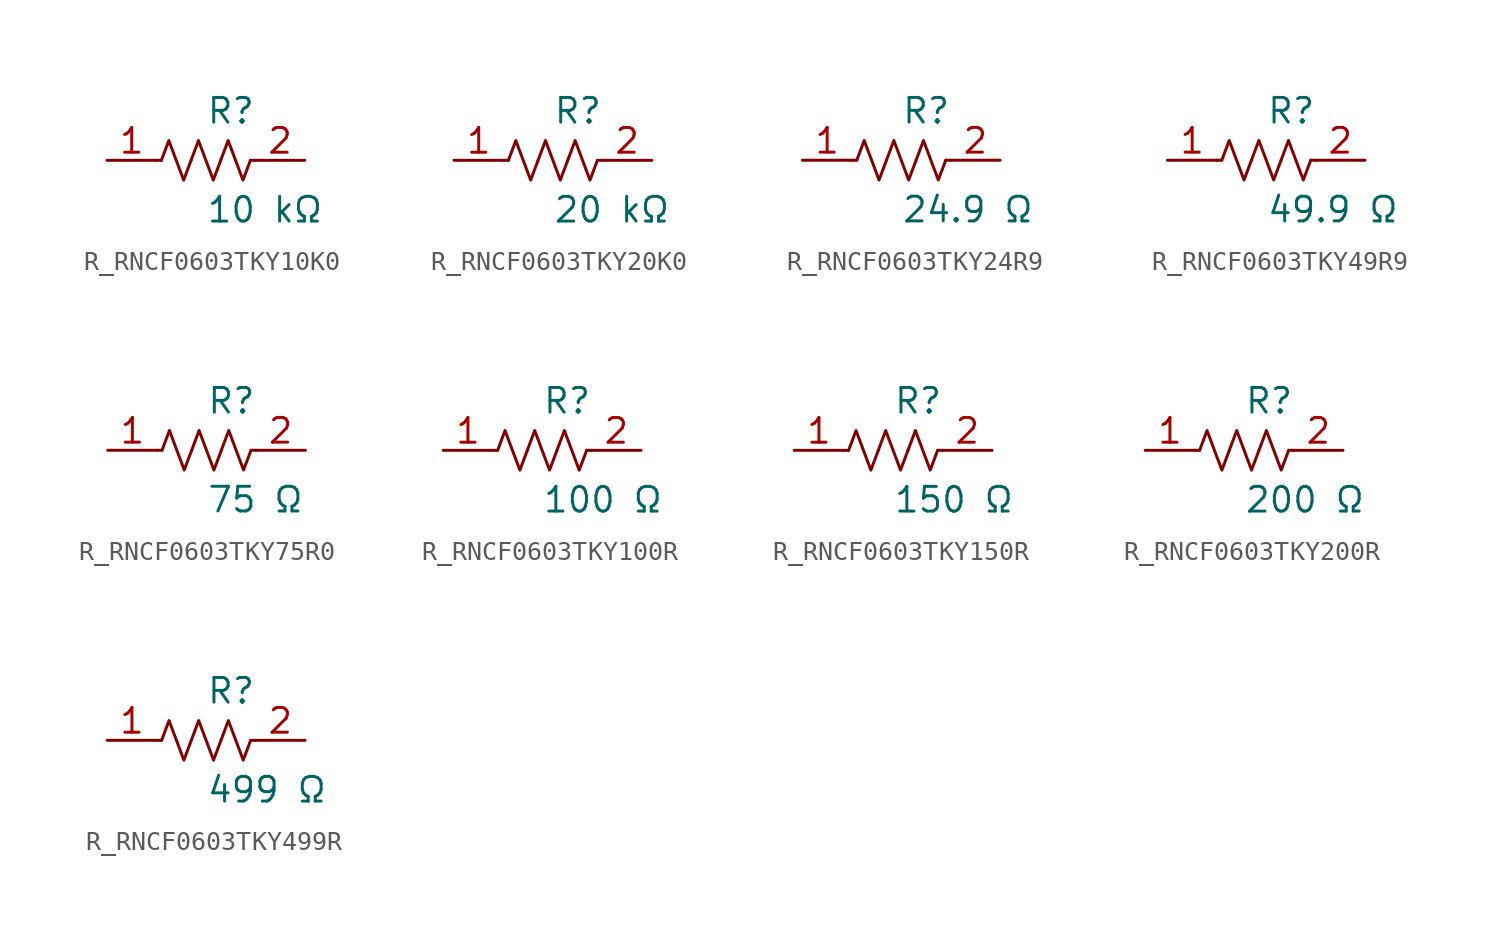
<source format=kicad_sym>
(kicad_symbol_lib
  (version 20231120)
  (generator kicad_symbol_editor)
  (generator_version 8.0)
  (symbol "R_RNCF0603TKY10K0"
    (pin_names
      (offset 0.254))
    (property "Reference" "R"
      (at 0 2.54 0)
      (effects (font (size 1.27 1.27)) (justify left)))
    (property "Value" "10 kΩ"
      (at 0 -2.54 0)
      (effects (font (size 1.27 1.27)) (justify left)))
    (symbol "R_RNCF0603TKY10K0_0_1"
      (polyline (pts (xy 2.286 0) (xy 2.54 0)) (stroke (width 0) (type default)) (fill (type none)))
      (polyline (pts (xy -2.286 0) (xy -2.54 0)) (stroke (width 0) (type default)) (fill (type none)))
      (polyline (pts (xy 0.762 0) (xy 1.143 1.016) (xy 1.524 0) (xy 1.905 -1.016) (xy 2.286 0)) (stroke (width 0) (type default)) (fill (type none)))
      (polyline (pts (xy -0.762 0) (xy -0.381 1.016) (xy 0 0) (xy 0.381 -1.016) (xy 0.762 0)) (stroke (width 0) (type default)) (fill (type none)))
      (polyline (pts (xy -2.286 0) (xy -1.905 1.016) (xy -1.524 0) (xy -1.143 -1.016) (xy -0.762 0)) (stroke (width 0) (type default)) (fill (type none))))
    (pin passive line
      (at -5.08 0 0)
      (length 2.54)
      (name "" (effects (font (size 1.27 1.27))))
      (number "1" (effects (font (size 1.27 1.27)))))
    (pin passive line
      (at 5.08 0 180)
      (length 2.54)
      (name "" (effects (font (size 1.27 1.27))))
      (number "2" (effects (font (size 1.27 1.27))))))
  (symbol "R_RNCF0603TKY20K0"
    (pin_names
      (offset 0.254))
    (property "Reference" "R"
      (at 0 2.54 0)
      (effects (font (size 1.27 1.27)) (justify left)))
    (property "Value" "20 kΩ"
      (at 0 -2.54 0)
      (effects (font (size 1.27 1.27)) (justify left)))
    (symbol "R_RNCF0603TKY20K0_0_1"
      (polyline (pts (xy 2.286 0) (xy 2.54 0)) (stroke (width 0) (type default)) (fill (type none)))
      (polyline (pts (xy -2.286 0) (xy -2.54 0)) (stroke (width 0) (type default)) (fill (type none)))
      (polyline (pts (xy 0.762 0) (xy 1.143 1.016) (xy 1.524 0) (xy 1.905 -1.016) (xy 2.286 0)) (stroke (width 0) (type default)) (fill (type none)))
      (polyline (pts (xy -0.762 0) (xy -0.381 1.016) (xy 0 0) (xy 0.381 -1.016) (xy 0.762 0)) (stroke (width 0) (type default)) (fill (type none)))
      (polyline (pts (xy -2.286 0) (xy -1.905 1.016) (xy -1.524 0) (xy -1.143 -1.016) (xy -0.762 0)) (stroke (width 0) (type default)) (fill (type none))))
    (pin passive line
      (at -5.08 0 0)
      (length 2.54)
      (name "" (effects (font (size 1.27 1.27))))
      (number "1" (effects (font (size 1.27 1.27)))))
    (pin passive line
      (at 5.08 0 180)
      (length 2.54)
      (name "" (effects (font (size 1.27 1.27))))
      (number "2" (effects (font (size 1.27 1.27))))))
  (symbol "R_RNCF0603TKY24R9"
    (pin_names
      (offset 0.254))
    (property "Reference" "R"
      (at 0 2.54 0)
      (effects (font (size 1.27 1.27)) (justify left)))
    (property "Value" "24.9 Ω"
      (at 0 -2.54 0)
      (effects (font (size 1.27 1.27)) (justify left)))
    (symbol "R_RNCF0603TKY24R9_0_1"
      (polyline (pts (xy 2.286 0) (xy 2.54 0)) (stroke (width 0) (type default)) (fill (type none)))
      (polyline (pts (xy -2.286 0) (xy -2.54 0)) (stroke (width 0) (type default)) (fill (type none)))
      (polyline (pts (xy 0.762 0) (xy 1.143 1.016) (xy 1.524 0) (xy 1.905 -1.016) (xy 2.286 0)) (stroke (width 0) (type default)) (fill (type none)))
      (polyline (pts (xy -0.762 0) (xy -0.381 1.016) (xy 0 0) (xy 0.381 -1.016) (xy 0.762 0)) (stroke (width 0) (type default)) (fill (type none)))
      (polyline (pts (xy -2.286 0) (xy -1.905 1.016) (xy -1.524 0) (xy -1.143 -1.016) (xy -0.762 0)) (stroke (width 0) (type default)) (fill (type none))))
    (pin passive line
      (at -5.08 0 0)
      (length 2.54)
      (name "" (effects (font (size 1.27 1.27))))
      (number "1" (effects (font (size 1.27 1.27)))))
    (pin passive line
      (at 5.08 0 180)
      (length 2.54)
      (name "" (effects (font (size 1.27 1.27))))
      (number "2" (effects (font (size 1.27 1.27))))))
  (symbol "R_RNCF0603TKY49R9"
    (pin_names
      (offset 0.254))
    (property "Reference" "R"
      (at 0 2.54 0)
      (effects (font (size 1.27 1.27)) (justify left)))
    (property "Value" "49.9 Ω"
      (at 0 -2.54 0)
      (effects (font (size 1.27 1.27)) (justify left)))
    (symbol "R_RNCF0603TKY49R9_0_1"
      (polyline (pts (xy 2.286 0) (xy 2.54 0)) (stroke (width 0) (type default)) (fill (type none)))
      (polyline (pts (xy -2.286 0) (xy -2.54 0)) (stroke (width 0) (type default)) (fill (type none)))
      (polyline (pts (xy 0.762 0) (xy 1.143 1.016) (xy 1.524 0) (xy 1.905 -1.016) (xy 2.286 0)) (stroke (width 0) (type default)) (fill (type none)))
      (polyline (pts (xy -0.762 0) (xy -0.381 1.016) (xy 0 0) (xy 0.381 -1.016) (xy 0.762 0)) (stroke (width 0) (type default)) (fill (type none)))
      (polyline (pts (xy -2.286 0) (xy -1.905 1.016) (xy -1.524 0) (xy -1.143 -1.016) (xy -0.762 0)) (stroke (width 0) (type default)) (fill (type none))))
    (pin passive line
      (at -5.08 0 0)
      (length 2.54)
      (name "" (effects (font (size 1.27 1.27))))
      (number "1" (effects (font (size 1.27 1.27)))))
    (pin passive line
      (at 5.08 0 180)
      (length 2.54)
      (name "" (effects (font (size 1.27 1.27))))
      (number "2" (effects (font (size 1.27 1.27))))))
  (symbol "R_RNCF0603TKY75R0"
    (pin_names
      (offset 0.254))
    (property "Reference" "R"
      (at 0 2.54 0)
      (effects (font (size 1.27 1.27)) (justify left)))
    (property "Value" "75 Ω"
      (at 0 -2.54 0)
      (effects (font (size 1.27 1.27)) (justify left)))
    (symbol "R_RNCF0603TKY75R0_0_1"
      (polyline (pts (xy 2.286 0) (xy 2.54 0)) (stroke (width 0) (type default)) (fill (type none)))
      (polyline (pts (xy -2.286 0) (xy -2.54 0)) (stroke (width 0) (type default)) (fill (type none)))
      (polyline (pts (xy 0.762 0) (xy 1.143 1.016) (xy 1.524 0) (xy 1.905 -1.016) (xy 2.286 0)) (stroke (width 0) (type default)) (fill (type none)))
      (polyline (pts (xy -0.762 0) (xy -0.381 1.016) (xy 0 0) (xy 0.381 -1.016) (xy 0.762 0)) (stroke (width 0) (type default)) (fill (type none)))
      (polyline (pts (xy -2.286 0) (xy -1.905 1.016) (xy -1.524 0) (xy -1.143 -1.016) (xy -0.762 0)) (stroke (width 0) (type default)) (fill (type none))))
    (pin passive line
      (at -5.08 0 0)
      (length 2.54)
      (name "" (effects (font (size 1.27 1.27))))
      (number "1" (effects (font (size 1.27 1.27)))))
    (pin passive line
      (at 5.08 0 180)
      (length 2.54)
      (name "" (effects (font (size 1.27 1.27))))
      (number "2" (effects (font (size 1.27 1.27))))))
  (symbol "R_RNCF0603TKY100R"
    (pin_names
      (offset 0.254))
    (property "Reference" "R"
      (at 0 2.54 0)
      (effects (font (size 1.27 1.27)) (justify left)))
    (property "Value" "100 Ω"
      (at 0 -2.54 0)
      (effects (font (size 1.27 1.27)) (justify left)))
    (symbol "R_RNCF0603TKY100R_0_1"
      (polyline (pts (xy 2.286 0) (xy 2.54 0)) (stroke (width 0) (type default)) (fill (type none)))
      (polyline (pts (xy -2.286 0) (xy -2.54 0)) (stroke (width 0) (type default)) (fill (type none)))
      (polyline (pts (xy 0.762 0) (xy 1.143 1.016) (xy 1.524 0) (xy 1.905 -1.016) (xy 2.286 0)) (stroke (width 0) (type default)) (fill (type none)))
      (polyline (pts (xy -0.762 0) (xy -0.381 1.016) (xy 0 0) (xy 0.381 -1.016) (xy 0.762 0)) (stroke (width 0) (type default)) (fill (type none)))
      (polyline (pts (xy -2.286 0) (xy -1.905 1.016) (xy -1.524 0) (xy -1.143 -1.016) (xy -0.762 0)) (stroke (width 0) (type default)) (fill (type none))))
    (pin passive line
      (at -5.08 0 0)
      (length 2.54)
      (name "" (effects (font (size 1.27 1.27))))
      (number "1" (effects (font (size 1.27 1.27)))))
    (pin passive line
      (at 5.08 0 180)
      (length 2.54)
      (name "" (effects (font (size 1.27 1.27))))
      (number "2" (effects (font (size 1.27 1.27))))))
  (symbol "R_RNCF0603TKY150R"
    (pin_names
      (offset 0.254))
    (property "Reference" "R"
      (at 0 2.54 0)
      (effects (font (size 1.27 1.27)) (justify left)))
    (property "Value" "150 Ω"
      (at 0 -2.54 0)
      (effects (font (size 1.27 1.27)) (justify left)))
    (symbol "R_RNCF0603TKY150R_0_1"
      (polyline (pts (xy 2.286 0) (xy 2.54 0)) (stroke (width 0) (type default)) (fill (type none)))
      (polyline (pts (xy -2.286 0) (xy -2.54 0)) (stroke (width 0) (type default)) (fill (type none)))
      (polyline (pts (xy 0.762 0) (xy 1.143 1.016) (xy 1.524 0) (xy 1.905 -1.016) (xy 2.286 0)) (stroke (width 0) (type default)) (fill (type none)))
      (polyline (pts (xy -0.762 0) (xy -0.381 1.016) (xy 0 0) (xy 0.381 -1.016) (xy 0.762 0)) (stroke (width 0) (type default)) (fill (type none)))
      (polyline (pts (xy -2.286 0) (xy -1.905 1.016) (xy -1.524 0) (xy -1.143 -1.016) (xy -0.762 0)) (stroke (width 0) (type default)) (fill (type none))))
    (pin passive line
      (at -5.08 0 0)
      (length 2.54)
      (name "" (effects (font (size 1.27 1.27))))
      (number "1" (effects (font (size 1.27 1.27)))))
    (pin passive line
      (at 5.08 0 180)
      (length 2.54)
      (name "" (effects (font (size 1.27 1.27))))
      (number "2" (effects (font (size 1.27 1.27))))))
  (symbol "R_RNCF0603TKY200R"
    (pin_names
      (offset 0.254))
    (property "Reference" "R"
      (at 0 2.54 0)
      (effects (font (size 1.27 1.27)) (justify left)))
    (property "Value" "200 Ω"
      (at 0 -2.54 0)
      (effects (font (size 1.27 1.27)) (justify left)))
    (symbol "R_RNCF0603TKY200R_0_1"
      (polyline (pts (xy 2.286 0) (xy 2.54 0)) (stroke (width 0) (type default)) (fill (type none)))
      (polyline (pts (xy -2.286 0) (xy -2.54 0)) (stroke (width 0) (type default)) (fill (type none)))
      (polyline (pts (xy 0.762 0) (xy 1.143 1.016) (xy 1.524 0) (xy 1.905 -1.016) (xy 2.286 0)) (stroke (width 0) (type default)) (fill (type none)))
      (polyline (pts (xy -0.762 0) (xy -0.381 1.016) (xy 0 0) (xy 0.381 -1.016) (xy 0.762 0)) (stroke (width 0) (type default)) (fill (type none)))
      (polyline (pts (xy -2.286 0) (xy -1.905 1.016) (xy -1.524 0) (xy -1.143 -1.016) (xy -0.762 0)) (stroke (width 0) (type default)) (fill (type none))))
    (pin passive line
      (at -5.08 0 0)
      (length 2.54)
      (name "" (effects (font (size 1.27 1.27))))
      (number "1" (effects (font (size 1.27 1.27)))))
    (pin passive line
      (at 5.08 0 180)
      (length 2.54)
      (name "" (effects (font (size 1.27 1.27))))
      (number "2" (effects (font (size 1.27 1.27))))))
  (symbol "R_RNCF0603TKY499R"
    (pin_names
      (offset 0.254))
    (property "Reference" "R"
      (at 0 2.54 0)
      (effects (font (size 1.27 1.27)) (justify left)))
    (property "Value" "499 Ω"
      (at 0 -2.54 0)
      (effects (font (size 1.27 1.27)) (justify left)))
    (symbol "R_RNCF0603TKY499R_0_1"
      (polyline (pts (xy 2.286 0) (xy 2.54 0)) (stroke (width 0) (type default)) (fill (type none)))
      (polyline (pts (xy -2.286 0) (xy -2.54 0)) (stroke (width 0) (type default)) (fill (type none)))
      (polyline (pts (xy 0.762 0) (xy 1.143 1.016) (xy 1.524 0) (xy 1.905 -1.016) (xy 2.286 0)) (stroke (width 0) (type default)) (fill (type none)))
      (polyline (pts (xy -0.762 0) (xy -0.381 1.016) (xy 0 0) (xy 0.381 -1.016) (xy 0.762 0)) (stroke (width 0) (type default)) (fill (type none)))
      (polyline (pts (xy -2.286 0) (xy -1.905 1.016) (xy -1.524 0) (xy -1.143 -1.016) (xy -0.762 0)) (stroke (width 0) (type default)) (fill (type none))))
    (pin passive line
      (at -5.08 0 0)
      (length 2.54)
      (name "" (effects (font (size 1.27 1.27))))
      (number "1" (effects (font (size 1.27 1.27)))))
    (pin passive line
      (at 5.08 0 180)
      (length 2.54)
      (name "" (effects (font (size 1.27 1.27))))
      (number "2" (effects (font (size 1.27 1.27)))))))
</source>
